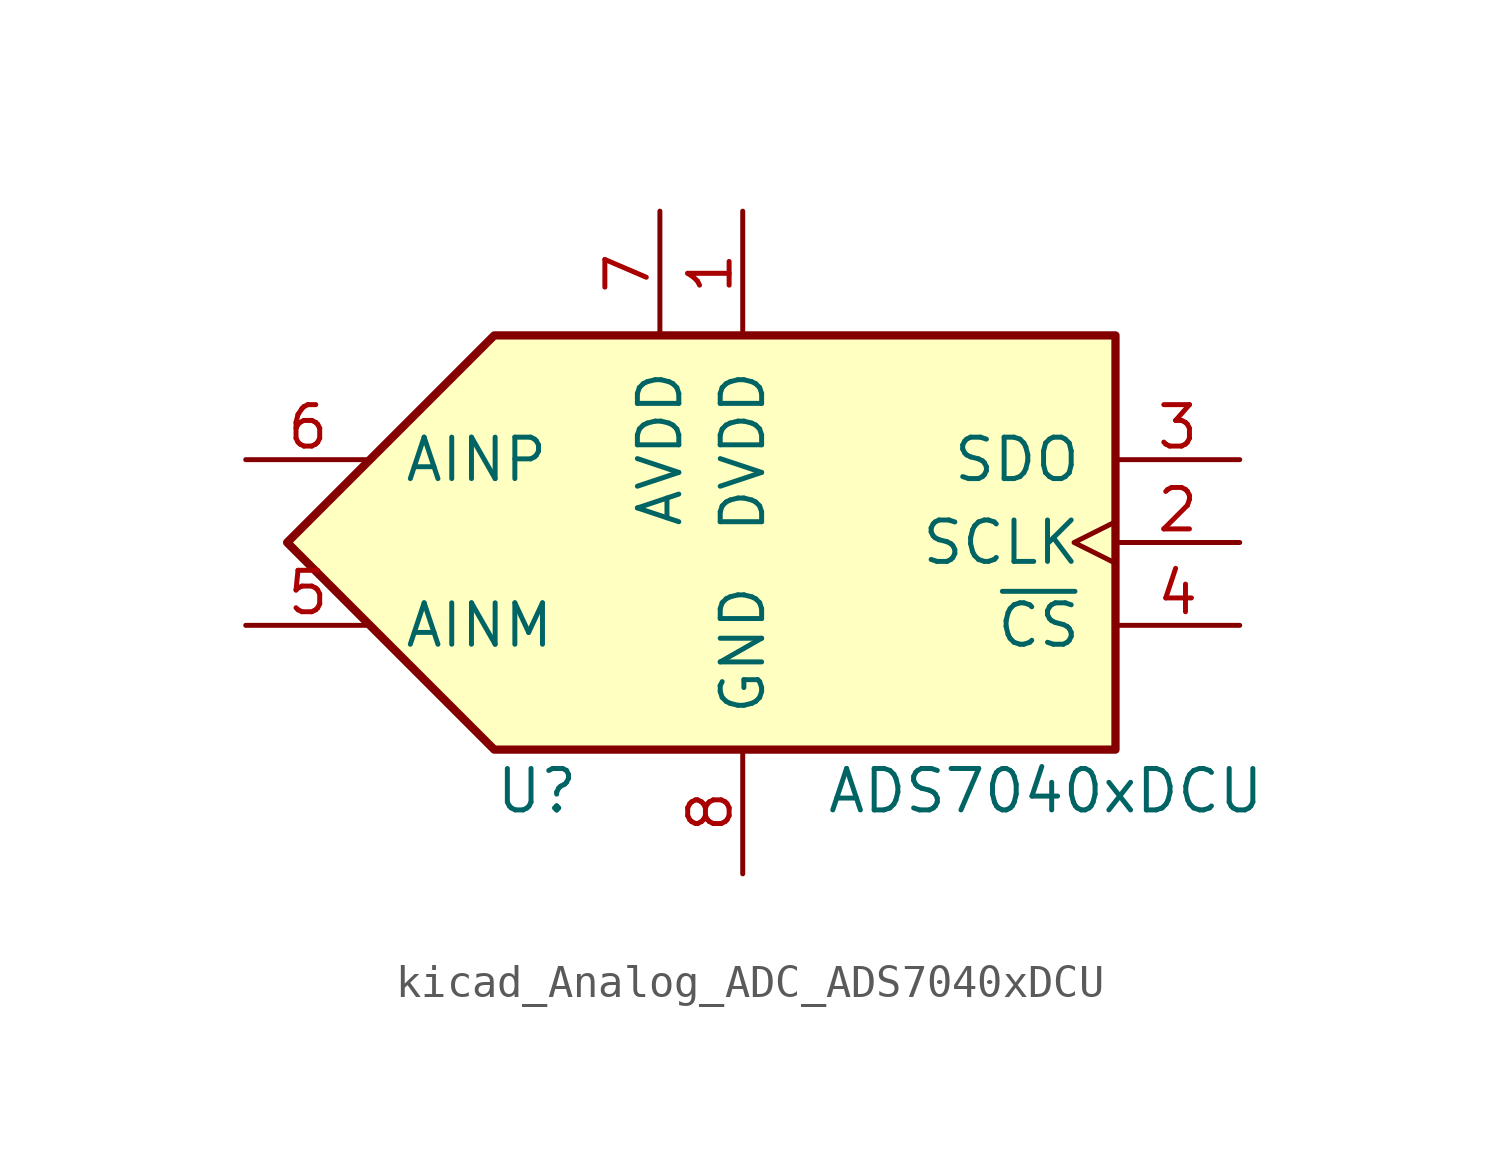
<source format=kicad_sym>
(kicad_symbol_lib
  (version 20220914)
  (generator kicad_symbol_editor)
  (symbol "kicad_Analog_ADC_ADS7040xDCU"
    (pin_names
      (offset 1.016))
    (property "Reference" "U"
      (at -7.62 -7.62 0)
      (effects (font (size 1.27 1.27)) (justify left)))
    (property "Value" "ADS7040xDCU"
      (at 2.54 -7.62 0)
      (effects (font (size 1.27 1.27)) (justify left)))
    (symbol "kicad_Analog_ADC_ADS7040xDCU_0_1"
      (polyline (pts (xy -13.97 0) (xy -7.62 6.35) (xy 11.43 6.35) (xy 11.43 -6.35) (xy -7.62 -6.35) (xy -13.97 0)) (stroke (width 0.254) (type default)) (fill (type background))))
    (symbol "kicad_Analog_ADC_ADS7040xDCU_1_1"
      (pin power_in line (at 0 10.16 270) (length 3.81) (name "DVDD" (effects (font (size 1.27 1.27)))) (number "1" (effects (font (size 1.27 1.27)))))
      (pin input clock (at 15.24 0 180) (length 3.81) (name "SCLK" (effects (font (size 1.27 1.27)))) (number "2" (effects (font (size 1.27 1.27)))))
      (pin output line (at 15.24 2.54 180) (length 3.81) (name "SDO" (effects (font (size 1.27 1.27)))) (number "3" (effects (font (size 1.27 1.27)))))
      (pin input line (at 15.24 -2.54 180) (length 3.81) (name "~{CS}" (effects (font (size 1.27 1.27)))) (number "4" (effects (font (size 1.27 1.27)))))
      (pin input line (at -15.24 -2.54 0) (length 3.81) (name "AINM" (effects (font (size 1.27 1.27)))) (number "5" (effects (font (size 1.27 1.27)))))
      (pin input line (at -15.24 2.54 0) (length 3.81) (name "AINP" (effects (font (size 1.27 1.27)))) (number "6" (effects (font (size 1.27 1.27)))))
      (pin power_in line (at -2.54 10.16 270) (length 3.81) (name "AVDD" (effects (font (size 1.27 1.27)))) (number "7" (effects (font (size 1.27 1.27)))))
      (pin power_in line (at 0 -10.16 90) (length 3.81) (name "GND" (effects (font (size 1.27 1.27)))) (number "8" (effects (font (size 1.27 1.27))))))))
</source>
